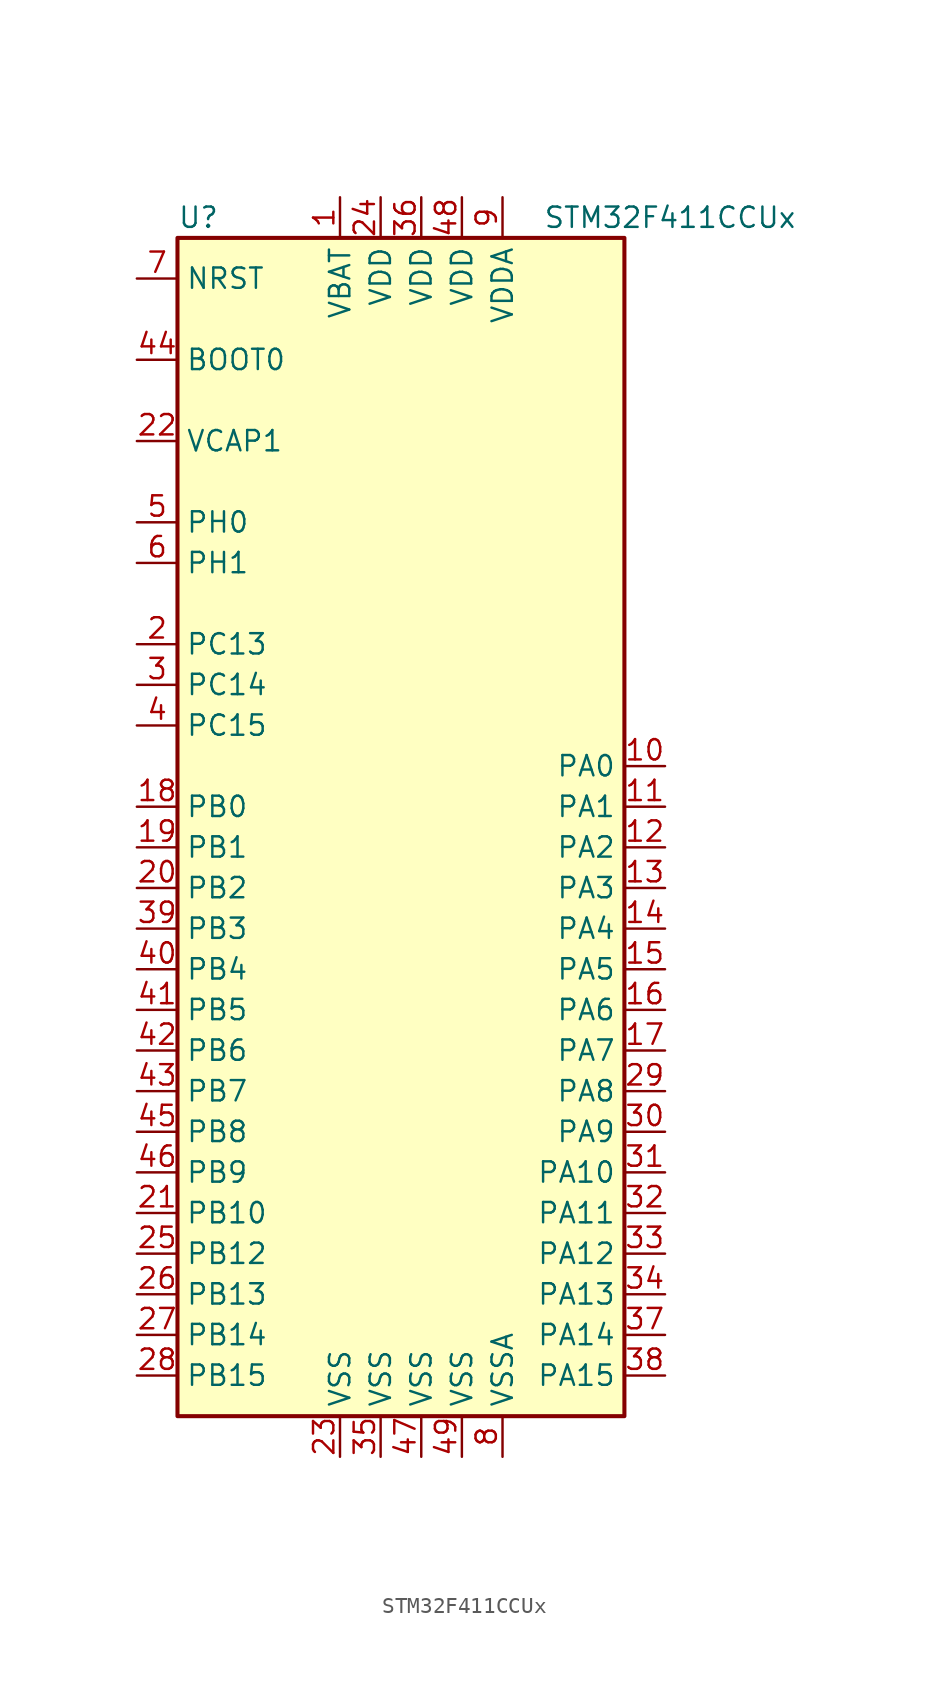
<source format=kicad_sym>
(kicad_symbol_lib
  (version 20211014)
  (generator kicad_symbol_editor)
  (symbol "STM32F411CCUx"
    (property "Reference" "U"
      (at -15.24 36.83 0)
      (effects (font (size 1.27 1.27)) (justify left)))
    (property "Value" "STM32F411CCUx"
      (at 7.62 36.83 0)
      (effects (font (size 1.27 1.27)) (justify left)))
    (symbol "STM32F411CCUx_0_1"
      (rectangle (start -15.24 -38.1) (end 12.7 35.56) (stroke (width 0.254) (type default) (color 0 0 0 0)) (fill (type background))))
    (symbol "STM32F411CCUx_1_1"
      (pin power_in line (at -5.08 38.1 270) (length 2.54) (name "VBAT" (effects (font (size 1.27 1.27)))) (number "1" (effects (font (size 1.27 1.27)))))
      (pin bidirectional line (at 15.24 2.54 180) (length 2.54) (name "PA0" (effects (font (size 1.27 1.27)))) (number "10" (effects (font (size 1.27 1.27)))))
      (pin bidirectional line (at 15.24 0 180) (length 2.54) (name "PA1" (effects (font (size 1.27 1.27)))) (number "11" (effects (font (size 1.27 1.27)))))
      (pin bidirectional line (at 15.24 -2.54 180) (length 2.54) (name "PA2" (effects (font (size 1.27 1.27)))) (number "12" (effects (font (size 1.27 1.27)))))
      (pin bidirectional line (at 15.24 -5.08 180) (length 2.54) (name "PA3" (effects (font (size 1.27 1.27)))) (number "13" (effects (font (size 1.27 1.27)))))
      (pin bidirectional line (at 15.24 -7.62 180) (length 2.54) (name "PA4" (effects (font (size 1.27 1.27)))) (number "14" (effects (font (size 1.27 1.27)))))
      (pin bidirectional line (at 15.24 -10.16 180) (length 2.54) (name "PA5" (effects (font (size 1.27 1.27)))) (number "15" (effects (font (size 1.27 1.27)))))
      (pin bidirectional line (at 15.24 -12.7 180) (length 2.54) (name "PA6" (effects (font (size 1.27 1.27)))) (number "16" (effects (font (size 1.27 1.27)))))
      (pin bidirectional line (at 15.24 -15.24 180) (length 2.54) (name "PA7" (effects (font (size 1.27 1.27)))) (number "17" (effects (font (size 1.27 1.27)))))
      (pin bidirectional line (at -17.78 0 0) (length 2.54) (name "PB0" (effects (font (size 1.27 1.27)))) (number "18" (effects (font (size 1.27 1.27)))))
      (pin bidirectional line (at -17.78 -2.54 0) (length 2.54) (name "PB1" (effects (font (size 1.27 1.27)))) (number "19" (effects (font (size 1.27 1.27)))))
      (pin bidirectional line (at -17.78 10.16 0) (length 2.54) (name "PC13" (effects (font (size 1.27 1.27)))) (number "2" (effects (font (size 1.27 1.27)))))
      (pin bidirectional line (at -17.78 -5.08 0) (length 2.54) (name "PB2" (effects (font (size 1.27 1.27)))) (number "20" (effects (font (size 1.27 1.27)))))
      (pin bidirectional line (at -17.78 -25.4 0) (length 2.54) (name "PB10" (effects (font (size 1.27 1.27)))) (number "21" (effects (font (size 1.27 1.27)))))
      (pin power_in line (at -17.78 22.86 0) (length 2.54) (name "VCAP1" (effects (font (size 1.27 1.27)))) (number "22" (effects (font (size 1.27 1.27)))))
      (pin power_in line (at -5.08 -40.64 90) (length 2.54) (name "VSS" (effects (font (size 1.27 1.27)))) (number "23" (effects (font (size 1.27 1.27)))))
      (pin power_in line (at -2.54 38.1 270) (length 2.54) (name "VDD" (effects (font (size 1.27 1.27)))) (number "24" (effects (font (size 1.27 1.27)))))
      (pin bidirectional line (at -17.78 -27.94 0) (length 2.54) (name "PB12" (effects (font (size 1.27 1.27)))) (number "25" (effects (font (size 1.27 1.27)))))
      (pin bidirectional line (at -17.78 -30.48 0) (length 2.54) (name "PB13" (effects (font (size 1.27 1.27)))) (number "26" (effects (font (size 1.27 1.27)))))
      (pin bidirectional line (at -17.78 -33.02 0) (length 2.54) (name "PB14" (effects (font (size 1.27 1.27)))) (number "27" (effects (font (size 1.27 1.27)))))
      (pin bidirectional line (at -17.78 -35.56 0) (length 2.54) (name "PB15" (effects (font (size 1.27 1.27)))) (number "28" (effects (font (size 1.27 1.27)))))
      (pin bidirectional line (at 15.24 -17.78 180) (length 2.54) (name "PA8" (effects (font (size 1.27 1.27)))) (number "29" (effects (font (size 1.27 1.27)))))
      (pin bidirectional line (at -17.78 7.62 0) (length 2.54) (name "PC14" (effects (font (size 1.27 1.27)))) (number "3" (effects (font (size 1.27 1.27)))))
      (pin bidirectional line (at 15.24 -20.32 180) (length 2.54) (name "PA9" (effects (font (size 1.27 1.27)))) (number "30" (effects (font (size 1.27 1.27)))))
      (pin bidirectional line (at 15.24 -22.86 180) (length 2.54) (name "PA10" (effects (font (size 1.27 1.27)))) (number "31" (effects (font (size 1.27 1.27)))))
      (pin bidirectional line (at 15.24 -25.4 180) (length 2.54) (name "PA11" (effects (font (size 1.27 1.27)))) (number "32" (effects (font (size 1.27 1.27)))))
      (pin bidirectional line (at 15.24 -27.94 180) (length 2.54) (name "PA12" (effects (font (size 1.27 1.27)))) (number "33" (effects (font (size 1.27 1.27)))))
      (pin bidirectional line (at 15.24 -30.48 180) (length 2.54) (name "PA13" (effects (font (size 1.27 1.27)))) (number "34" (effects (font (size 1.27 1.27)))))
      (pin power_in line (at -2.54 -40.64 90) (length 2.54) (name "VSS" (effects (font (size 1.27 1.27)))) (number "35" (effects (font (size 1.27 1.27)))))
      (pin power_in line (at 0 38.1 270) (length 2.54) (name "VDD" (effects (font (size 1.27 1.27)))) (number "36" (effects (font (size 1.27 1.27)))))
      (pin bidirectional line (at 15.24 -33.02 180) (length 2.54) (name "PA14" (effects (font (size 1.27 1.27)))) (number "37" (effects (font (size 1.27 1.27)))))
      (pin bidirectional line (at 15.24 -35.56 180) (length 2.54) (name "PA15" (effects (font (size 1.27 1.27)))) (number "38" (effects (font (size 1.27 1.27)))))
      (pin bidirectional line (at -17.78 -7.62 0) (length 2.54) (name "PB3" (effects (font (size 1.27 1.27)))) (number "39" (effects (font (size 1.27 1.27)))))
      (pin bidirectional line (at -17.78 5.08 0) (length 2.54) (name "PC15" (effects (font (size 1.27 1.27)))) (number "4" (effects (font (size 1.27 1.27)))))
      (pin bidirectional line (at -17.78 -10.16 0) (length 2.54) (name "PB4" (effects (font (size 1.27 1.27)))) (number "40" (effects (font (size 1.27 1.27)))))
      (pin bidirectional line (at -17.78 -12.7 0) (length 2.54) (name "PB5" (effects (font (size 1.27 1.27)))) (number "41" (effects (font (size 1.27 1.27)))))
      (pin bidirectional line (at -17.78 -15.24 0) (length 2.54) (name "PB6" (effects (font (size 1.27 1.27)))) (number "42" (effects (font (size 1.27 1.27)))))
      (pin bidirectional line (at -17.78 -17.78 0) (length 2.54) (name "PB7" (effects (font (size 1.27 1.27)))) (number "43" (effects (font (size 1.27 1.27)))))
      (pin input line (at -17.78 27.94 0) (length 2.54) (name "BOOT0" (effects (font (size 1.27 1.27)))) (number "44" (effects (font (size 1.27 1.27)))))
      (pin bidirectional line (at -17.78 -20.32 0) (length 2.54) (name "PB8" (effects (font (size 1.27 1.27)))) (number "45" (effects (font (size 1.27 1.27)))))
      (pin bidirectional line (at -17.78 -22.86 0) (length 2.54) (name "PB9" (effects (font (size 1.27 1.27)))) (number "46" (effects (font (size 1.27 1.27)))))
      (pin power_in line (at 0 -40.64 90) (length 2.54) (name "VSS" (effects (font (size 1.27 1.27)))) (number "47" (effects (font (size 1.27 1.27)))))
      (pin power_in line (at 2.54 38.1 270) (length 2.54) (name "VDD" (effects (font (size 1.27 1.27)))) (number "48" (effects (font (size 1.27 1.27)))))
      (pin power_in line (at 2.54 -40.64 90) (length 2.54) (name "VSS" (effects (font (size 1.27 1.27)))) (number "49" (effects (font (size 1.27 1.27)))))
      (pin input line (at -17.78 17.78 0) (length 2.54) (name "PH0" (effects (font (size 1.27 1.27)))) (number "5" (effects (font (size 1.27 1.27)))))
      (pin input line (at -17.78 15.24 0) (length 2.54) (name "PH1" (effects (font (size 1.27 1.27)))) (number "6" (effects (font (size 1.27 1.27)))))
      (pin input line (at -17.78 33.02 0) (length 2.54) (name "NRST" (effects (font (size 1.27 1.27)))) (number "7" (effects (font (size 1.27 1.27)))))
      (pin power_in line (at 5.08 -40.64 90) (length 2.54) (name "VSSA" (effects (font (size 1.27 1.27)))) (number "8" (effects (font (size 1.27 1.27)))))
      (pin power_in line (at 5.08 38.1 270) (length 2.54) (name "VDDA" (effects (font (size 1.27 1.27)))) (number "9" (effects (font (size 1.27 1.27))))))))
</source>
